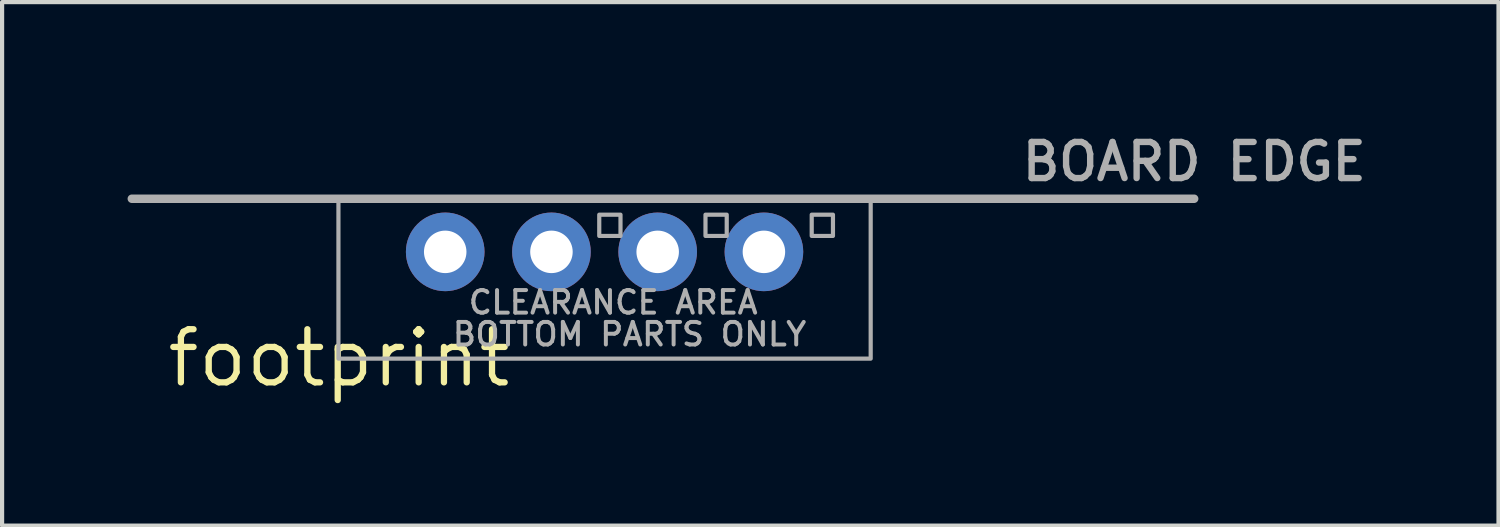
<source format=kicad_pcb>
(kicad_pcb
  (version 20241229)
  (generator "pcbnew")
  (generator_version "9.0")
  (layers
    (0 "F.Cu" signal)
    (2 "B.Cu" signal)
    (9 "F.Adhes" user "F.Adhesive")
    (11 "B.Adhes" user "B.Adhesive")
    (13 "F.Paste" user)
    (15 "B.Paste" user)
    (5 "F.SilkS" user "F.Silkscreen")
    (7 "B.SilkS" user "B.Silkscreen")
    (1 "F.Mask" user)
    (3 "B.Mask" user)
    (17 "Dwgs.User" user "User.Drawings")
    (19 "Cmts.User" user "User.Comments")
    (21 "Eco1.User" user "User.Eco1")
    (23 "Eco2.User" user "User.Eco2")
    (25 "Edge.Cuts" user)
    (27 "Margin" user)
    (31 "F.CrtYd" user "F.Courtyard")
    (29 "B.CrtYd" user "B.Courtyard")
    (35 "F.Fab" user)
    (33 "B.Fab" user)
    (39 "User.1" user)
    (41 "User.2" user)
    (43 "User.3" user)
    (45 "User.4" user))
  (footprint "footprint"
    (layer "F.Cu")
    (at 5.055 5.512)
    (property "Reference" "footprint" (at 0 0 0) (layer "F.SilkS") (effects (font (size 1.27 1.27) (thickness 0.15))))
    (fp_line (start -4.953 -3.81) (end 20.447 -3.81) (stroke (width 0.203) (type solid)) (layer "F.Fab"))
    (fp_poly (pts (xy 6.223 -2.921) (xy 6.731 -2.921) (xy 6.731 -3.429) (xy 6.223 -3.429)) (stroke (width 0.1) (type solid)) (fill no) (layer "F.Fab"))
    (fp_poly (pts (xy 8.763 -2.921) (xy 9.271 -2.921) (xy 9.271 -3.429) (xy 8.763 -3.429)) (stroke (width 0.1) (type solid)) (fill no) (layer "F.Fab"))
    (fp_poly (pts (xy 11.303 -2.921) (xy 11.811 -2.921) (xy 11.811 -3.429) (xy 11.303 -3.429)) (stroke (width 0.1) (type solid)) (fill no) (layer "F.Fab"))
    (fp_poly (pts (xy 12.713 0.013) (xy -0.013 0.013) (xy -0.013 -3.823) (xy 12.713 -3.823)) (stroke (width 0.1) (type solid)) (fill no) (layer "F.Fab"))
    (fp_text user "BOTTOM PARTS ONLY" (at 2.667 -0.254 0) (layer "F.Fab") (effects (font (size 0.54 0.54) (thickness 0.095)) (justify left bottom)))
    (fp_text user "CLEARANCE AREA" (at 3.048 -1.016 0) (layer "F.Fab") (effects (font (size 0.54 0.54) (thickness 0.095)) (justify left bottom)))
    (fp_text user "BOARD EDGE" (at 16.256 -4.191 0) (layer "F.Fab") (effects (font (size 0.864 0.864) (thickness 0.152)) (justify left bottom)))
    (pad "1" thru_hole circle (at 2.54 -2.54 90) (size 1.88 1.88) (drill 1.016) (layers "*.Cu" "*.Mask"))
    (pad "2" thru_hole circle (at 5.08 -2.54 90) (size 1.88 1.88) (drill 1.016) (layers "*.Cu" "*.Mask"))
    (pad "3" thru_hole circle (at 7.62 -2.54 90) (size 1.88 1.88) (drill 1.016) (layers "*.Cu" "*.Mask"))
    (pad "4" thru_hole circle (at 10.16 -2.54 90) (size 1.88 1.88) (drill 1.016) (layers "*.Cu" "*.Mask")))
  (gr_rect
    (start -3 -3)
    (end 32.779 9.518)
    (stroke (width 0.1) (type default))
    (fill no)
    (layer "Edge.Cuts")))
</source>
